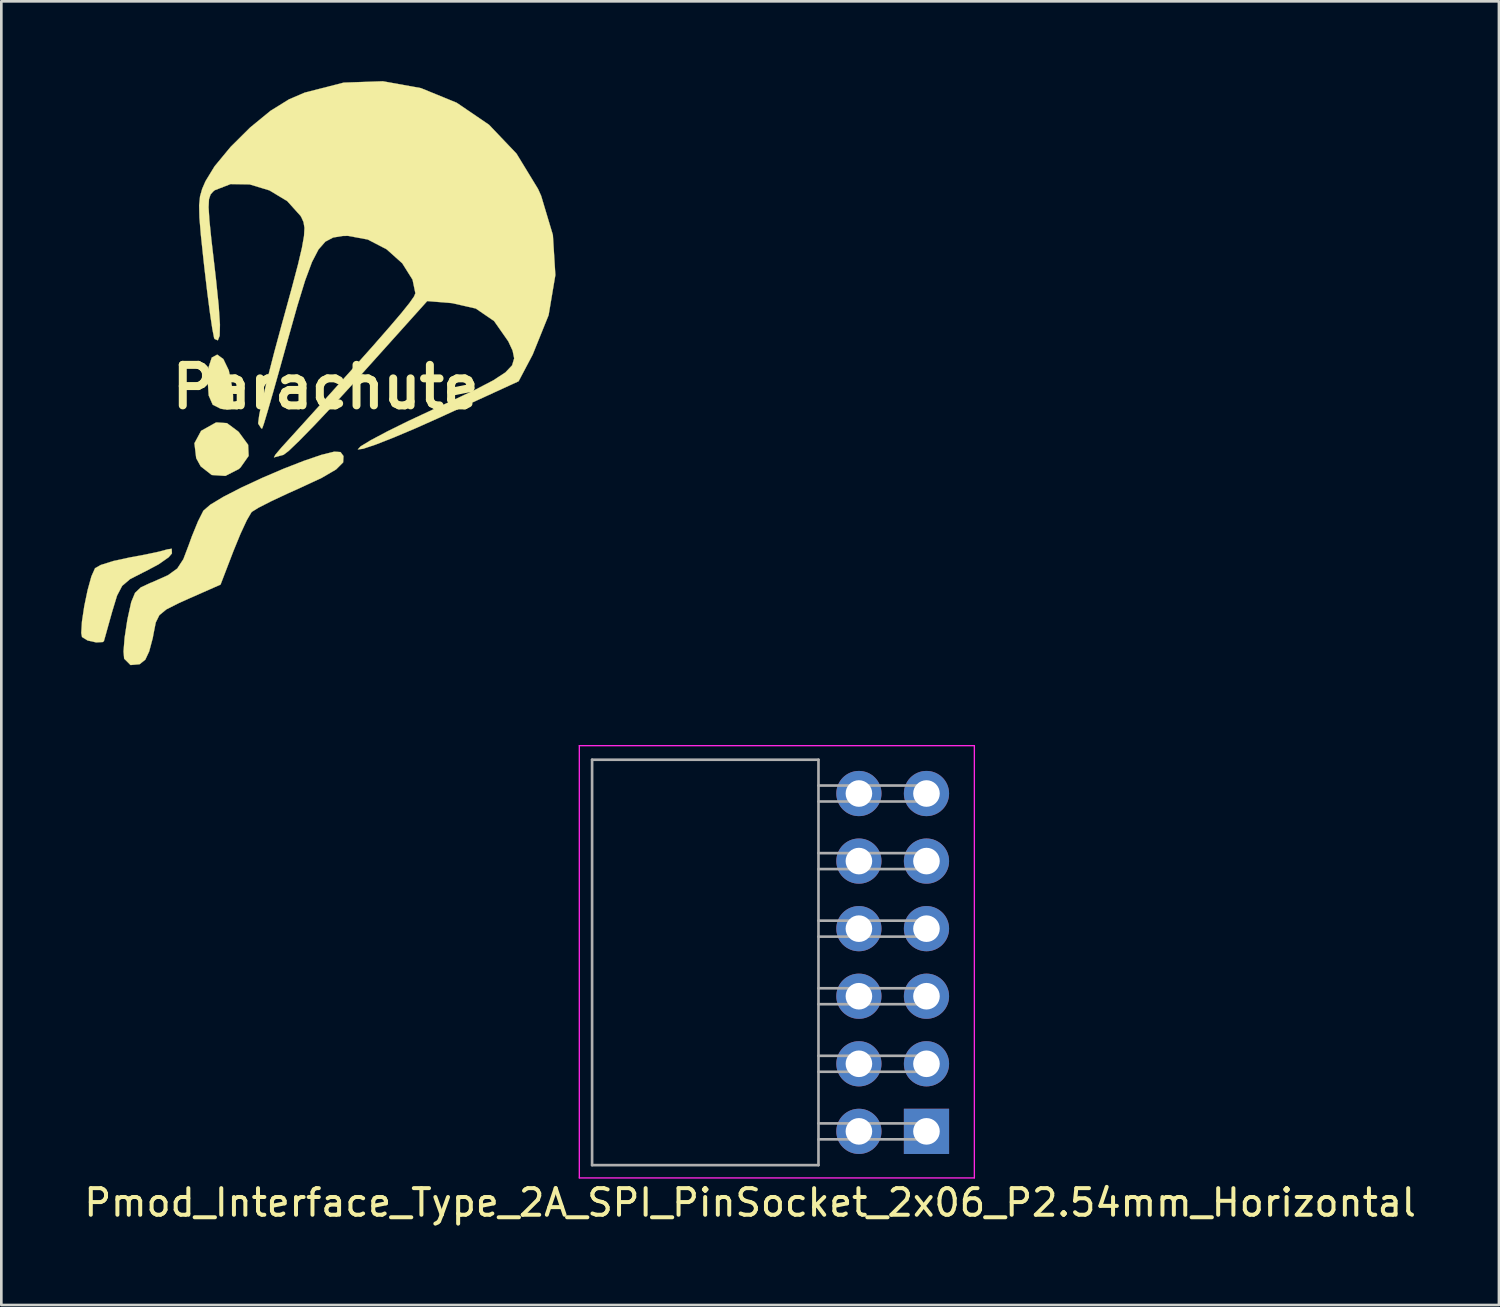
<source format=kicad_pcb>
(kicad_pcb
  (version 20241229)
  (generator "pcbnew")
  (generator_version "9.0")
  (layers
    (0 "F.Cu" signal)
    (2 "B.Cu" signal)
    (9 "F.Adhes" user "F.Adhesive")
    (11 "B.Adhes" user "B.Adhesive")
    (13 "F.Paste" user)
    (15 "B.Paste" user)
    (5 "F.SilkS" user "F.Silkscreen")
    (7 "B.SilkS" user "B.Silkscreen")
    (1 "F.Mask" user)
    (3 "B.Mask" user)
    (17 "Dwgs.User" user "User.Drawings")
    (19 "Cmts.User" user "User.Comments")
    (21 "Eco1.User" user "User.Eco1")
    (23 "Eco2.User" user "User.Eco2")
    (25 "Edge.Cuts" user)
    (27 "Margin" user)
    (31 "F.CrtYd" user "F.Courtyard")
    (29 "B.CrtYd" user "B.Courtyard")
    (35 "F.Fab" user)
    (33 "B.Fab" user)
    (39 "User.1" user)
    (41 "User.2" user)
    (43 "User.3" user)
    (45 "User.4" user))
  (footprint "Parachute"
    (layer "F.Cu")
    (at 8.841 11.5)
    (property "Reference" "Parachute" (at 0.35 0 0) (layer "F.SilkS") (effects (font (size 1.524 1.524) (thickness 0.3))))
    (attr through_hole)
    (fp_poly (pts (xy -3.93 -1.109) (xy -4.063 -0.706) (xy -4.088 -0.3) (xy -4.046 0.317) (xy -3.896 0.663) (xy -3.595 0.815) (xy -3.447 0.838) (xy -3.223 0.829) (xy -3.128 0.684) (xy -3.13 0.317) (xy -3.157 0.038) (xy -3.29 -0.628) (xy -3.495 -1.053) (xy -3.725 -1.219) (xy -3.93 -1.109)) (stroke (width 0.01) (type solid)) (fill yes) (layer "F.SilkS"))
    (fp_poly (pts (xy -3.783 1.339) (xy -4.331 1.646) (xy -4.582 2.113) (xy -4.515 2.674) (xy -4.347 2.98) (xy -3.932 3.306) (xy -3.417 3.34) (xy -2.91 3.079) (xy -2.847 3.02) (xy -2.544 2.588) (xy -2.563 2.171) (xy -2.909 1.699) (xy -2.939 1.668) (xy -3.359 1.356) (xy -3.749 1.33) (xy -3.783 1.339)) (stroke (width 0.01) (type solid)) (fill yes) (layer "F.SilkS"))
    (fp_poly (pts (xy -5.6 6.103) (xy -5.909 6.187) (xy -6.446 6.301) (xy -7.015 6.406) (xy -7.629 6.539) (xy -8.103 6.688) (xy -8.319 6.811) (xy -8.455 7.117) (xy -8.597 7.631) (xy -8.723 8.235) (xy -8.81 8.813) (xy -8.836 9.246) (xy -8.808 9.397) (xy -8.6 9.526) (xy -8.277 9.599) (xy -8.025 9.585) (xy -7.984 9.547) (xy -7.933 9.367) (xy -7.814 8.941) (xy -7.673 8.437) (xy -7.491 7.84) (xy -7.298 7.473) (xy -7.001 7.22) (xy -6.505 6.966) (xy -6.451 6.941) (xy -5.928 6.663) (xy -5.551 6.399) (xy -5.428 6.255) (xy -5.436 6.078) (xy -5.6 6.103)) (stroke (width 0.01) (type solid)) (fill yes) (layer "F.SilkS"))
    (fp_poly (pts (xy 0.191 2.549) (xy -0.469 2.774) (xy -1.236 3.073) (xy -2.04 3.417) (xy -2.812 3.776) (xy -3.484 4.121) (xy -3.985 4.422) (xy -4.246 4.648) (xy -4.248 4.652) (xy -4.447 5.047) (xy -4.679 5.615) (xy -4.792 5.928) (xy -4.999 6.472) (xy -5.227 6.821) (xy -5.576 7.073) (xy -6.148 7.328) (xy -6.245 7.367) (xy -6.597 7.53) (xy -6.814 7.736) (xy -6.957 8.081) (xy -7.086 8.665) (xy -7.109 8.784) (xy -7.206 9.419) (xy -7.247 9.939) (xy -7.224 10.211) (xy -6.985 10.45) (xy -6.644 10.42) (xy -6.429 10.249) (xy -6.283 9.937) (xy -6.149 9.435) (xy -6.115 9.25) (xy -6.035 8.848) (xy -5.901 8.576) (xy -5.636 8.358) (xy -5.162 8.118) (xy -4.796 7.954) (xy -3.6 7.426) (xy -3.112 6.155) (xy -2.851 5.518) (xy -2.612 5.004) (xy -2.441 4.711) (xy -2.424 4.692) (xy -2.182 4.54) (xy -1.696 4.292) (xy -1.048 3.988) (xy -0.652 3.811) (xy 0.201 3.415) (xy 0.744 3.097) (xy 1.008 2.833) (xy 1.021 2.595) (xy 0.911 2.444) (xy 0.674 2.429) (xy 0.191 2.549)) (stroke (width 0.01) (type solid)) (fill yes) (layer "F.SilkS"))
    (fp_poly (pts (xy 1.029 -11.444) (xy -0.438 -11.068) (xy -1.026 -10.816) (xy -1.726 -10.382) (xy -2.49 -9.755) (xy -3.222 -9.028) (xy -3.825 -8.298) (xy -4.166 -7.739) (xy -4.292 -7.449) (xy -4.371 -7.17) (xy -4.405 -6.833) (xy -4.394 -6.369) (xy -4.339 -5.71) (xy -4.241 -4.786) (xy -4.206 -4.471) (xy -4.098 -3.554) (xy -3.996 -2.769) (xy -3.908 -2.18) (xy -3.844 -1.853) (xy -3.827 -1.809) (xy -3.702 -1.756) (xy -3.634 -1.926) (xy -3.623 -2.347) (xy -3.669 -3.049) (xy -3.773 -4.06) (xy -3.829 -4.548) (xy -3.947 -5.56) (xy -4.02 -6.278) (xy -4.05 -6.759) (xy -4.035 -7.06) (xy -3.975 -7.24) (xy -3.871 -7.357) (xy -3.814 -7.401) (xy -3.223 -7.63) (xy -2.506 -7.618) (xy -1.762 -7.393) (xy -1.092 -6.989) (xy -0.594 -6.436) (xy -0.56 -6.378) (xy -0.481 -6.201) (xy -0.445 -5.985) (xy -0.462 -5.68) (xy -0.54 -5.238) (xy -0.688 -4.609) (xy -0.916 -3.745) (xy -1.231 -2.596) (xy -1.289 -2.389) (xy -1.58 -1.313) (xy -1.829 -0.347) (xy -2.021 0.456) (xy -2.145 1.041) (xy -2.186 1.352) (xy -2.182 1.381) (xy -2.068 1.557) (xy -2.033 1.554) (xy -1.969 1.372) (xy -1.828 0.901) (xy -1.624 0.195) (xy -1.374 -0.693) (xy -1.092 -1.708) (xy -1.071 -1.784) (xy -0.716 -3.045) (xy -0.422 -4.003) (xy -0.164 -4.698) (xy 0.082 -5.172) (xy 0.339 -5.466) (xy 0.632 -5.621) (xy 0.984 -5.679) (xy 1.189 -5.684) (xy 1.934 -5.546) (xy 2.643 -5.178) (xy 3.231 -4.652) (xy 3.617 -4.038) (xy 3.724 -3.526) (xy 3.671 -3.401) (xy 3.501 -3.159) (xy 3.196 -2.779) (xy 2.739 -2.243) (xy 2.115 -1.529) (xy 1.304 -0.62) (xy 0.291 0.506) (xy -0.942 1.868) (xy -1.303 2.265) (xy -1.533 2.535) (xy -1.593 2.644) (xy -1.59 2.644) (xy -1.374 2.585) (xy -1.234 2.548) (xy -1.036 2.398) (xy -0.643 2.021) (xy -0.092 1.458) (xy 0.578 0.748) (xy 1.327 -0.068) (xy 1.608 -0.38) (xy 4.169 -3.232) (xy 5.103 -3.155) (xy 5.995 -2.952) (xy 6.683 -2.481) (xy 7.216 -1.72) (xy 7.379 -1.369) (xy 7.438 -1.078) (xy 7.36 -0.816) (xy 7.109 -0.551) (xy 6.652 -0.252) (xy 5.955 0.111) (xy 4.984 0.569) (xy 4.39 0.842) (xy 3.459 1.277) (xy 2.663 1.671) (xy 2.049 1.997) (xy 1.665 2.23) (xy 1.559 2.345) (xy 1.758 2.321) (xy 2.226 2.165) (xy 2.907 1.898) (xy 3.749 1.542) (xy 4.654 1.137) (xy 7.604 -0.217) (xy 8.133 -1.219) (xy 8.732 -2.702) (xy 8.986 -4.211) (xy 8.893 -5.716) (xy 8.452 -7.188) (xy 8.335 -7.448) (xy 7.525 -8.776) (xy 6.491 -9.861) (xy 5.278 -10.687) (xy 3.933 -11.237) (xy 2.502 -11.495) (xy 1.029 -11.444)) (stroke (width 0.01) (type solid)) (fill yes) (layer "F.SilkS")))
  (footprint "Pmod_Interface_Type_2A_SPI_PinSocket_2x06_P2.54mm_Horizontal"
    (layer "F.Cu")
    (at 31.778 39.48)
    (property "Reference" "Pmod_Interface_Type_2A_SPI_PinSocket_2x06_P2.54mm_Horizontal" (at -6.629 2.68 0) (layer "F.SilkS") (effects (font (size 1 1) (thickness 0.15))))
    (attr through_hole)
    (fp_line (start -13.05 -14.5) (end -13.05 1.75) (stroke (width 0.05) (type solid)) (layer "F.CrtYd"))
    (fp_line (start -13.05 1.75) (end 1.8 1.75) (stroke (width 0.05) (type solid)) (layer "F.CrtYd"))
    (fp_line (start 1.8 -14.5) (end -13.05 -14.5) (stroke (width 0.05) (type solid)) (layer "F.CrtYd"))
    (fp_line (start 1.8 1.75) (end 1.8 -14.5) (stroke (width 0.05) (type solid)) (layer "F.CrtYd"))
    (fp_line (start -12.57 1.27) (end -12.57 -13.97) (stroke (width 0.1) (type solid)) (layer "F.Fab"))
    (fp_line (start -4.06 -13.97) (end -12.57 -13.97) (stroke (width 0.1) (type solid)) (layer "F.Fab"))
    (fp_line (start -4.06 -13.97) (end -4.06 1.27) (stroke (width 0.1) (type solid)) (layer "F.Fab"))
    (fp_line (start -4.06 -12.4) (end 0 -12.4) (stroke (width 0.1) (type solid)) (layer "F.Fab"))
    (fp_line (start -4.06 -9.86) (end 0 -9.86) (stroke (width 0.1) (type solid)) (layer "F.Fab"))
    (fp_line (start -4.06 -7.32) (end 0 -7.32) (stroke (width 0.1) (type solid)) (layer "F.Fab"))
    (fp_line (start -4.06 -4.78) (end 0 -4.78) (stroke (width 0.1) (type solid)) (layer "F.Fab"))
    (fp_line (start -4.06 -2.24) (end 0 -2.24) (stroke (width 0.1) (type solid)) (layer "F.Fab"))
    (fp_line (start -4.06 0.3) (end 0 0.3) (stroke (width 0.1) (type solid)) (layer "F.Fab"))
    (fp_line (start -4.06 1.27) (end -12.57 1.27) (stroke (width 0.1) (type solid)) (layer "F.Fab"))
    (fp_line (start 0 -13) (end -4.06 -13) (stroke (width 0.1) (type solid)) (layer "F.Fab"))
    (fp_line (start 0 -12.4) (end 0 -13) (stroke (width 0.1) (type solid)) (layer "F.Fab"))
    (fp_line (start 0 -10.46) (end -4.06 -10.46) (stroke (width 0.1) (type solid)) (layer "F.Fab"))
    (fp_line (start 0 -9.86) (end 0 -10.46) (stroke (width 0.1) (type solid)) (layer "F.Fab"))
    (fp_line (start 0 -7.92) (end -4.06 -7.92) (stroke (width 0.1) (type solid)) (layer "F.Fab"))
    (fp_line (start 0 -7.32) (end 0 -7.92) (stroke (width 0.1) (type solid)) (layer "F.Fab"))
    (fp_line (start 0 -5.38) (end -4.06 -5.38) (stroke (width 0.1) (type solid)) (layer "F.Fab"))
    (fp_line (start 0 -4.78) (end 0 -5.38) (stroke (width 0.1) (type solid)) (layer "F.Fab"))
    (fp_line (start 0 -2.84) (end -4.06 -2.84) (stroke (width 0.1) (type solid)) (layer "F.Fab"))
    (fp_line (start 0 -2.24) (end 0 -2.84) (stroke (width 0.1) (type solid)) (layer "F.Fab"))
    (fp_line (start 0 -0.3) (end -4.06 -0.3) (stroke (width 0.1) (type solid)) (layer "F.Fab"))
    (fp_line (start 0 0.3) (end 0 -0.3) (stroke (width 0.1) (type solid)) (layer "F.Fab"))
    (pad "1" thru_hole rect (at 0 0) (size 1.7 1.7) (drill 1) (layers "*.Cu" "*.Mask"))
    (pad "2" thru_hole oval (at 0 -2.54) (size 1.7 1.7) (drill 1) (layers "*.Cu" "*.Mask"))
    (pad "3" thru_hole oval (at 0 -5.08) (size 1.7 1.7) (drill 1) (layers "*.Cu" "*.Mask"))
    (pad "4" thru_hole oval (at 0 -7.62) (size 1.7 1.7) (drill 1) (layers "*.Cu" "*.Mask"))
    (pad "5" thru_hole oval (at 0 -10.16) (size 1.7 1.7) (drill 1) (layers "*.Cu" "*.Mask"))
    (pad "6" thru_hole oval (at 0 -12.7) (size 1.7 1.7) (drill 1) (layers "*.Cu" "*.Mask"))
    (pad "7" thru_hole oval (at -2.54 0) (size 1.7 1.7) (drill 1) (layers "*.Cu" "*.Mask"))
    (pad "8" thru_hole oval (at -2.54 -2.54) (size 1.7 1.7) (drill 1) (layers "*.Cu" "*.Mask"))
    (pad "9" thru_hole oval (at -2.54 -5.08) (size 1.7 1.7) (drill 1) (layers "*.Cu" "*.Mask"))
    (pad "10" thru_hole oval (at -2.54 -7.62) (size 1.7 1.7) (drill 1) (layers "*.Cu" "*.Mask"))
    (pad "11" thru_hole oval (at -2.54 -10.16) (size 1.7 1.7) (drill 1) (layers "*.Cu" "*.Mask"))
    (pad "12" thru_hole oval (at -2.54 -12.7) (size 1.7 1.7) (drill 1) (layers "*.Cu" "*.Mask")))
  (gr_rect
    (start -3 -3)
    (end 53.298 46.008)
    (stroke (width 0.1) (type default))
    (fill no)
    (layer "Edge.Cuts")))
</source>
